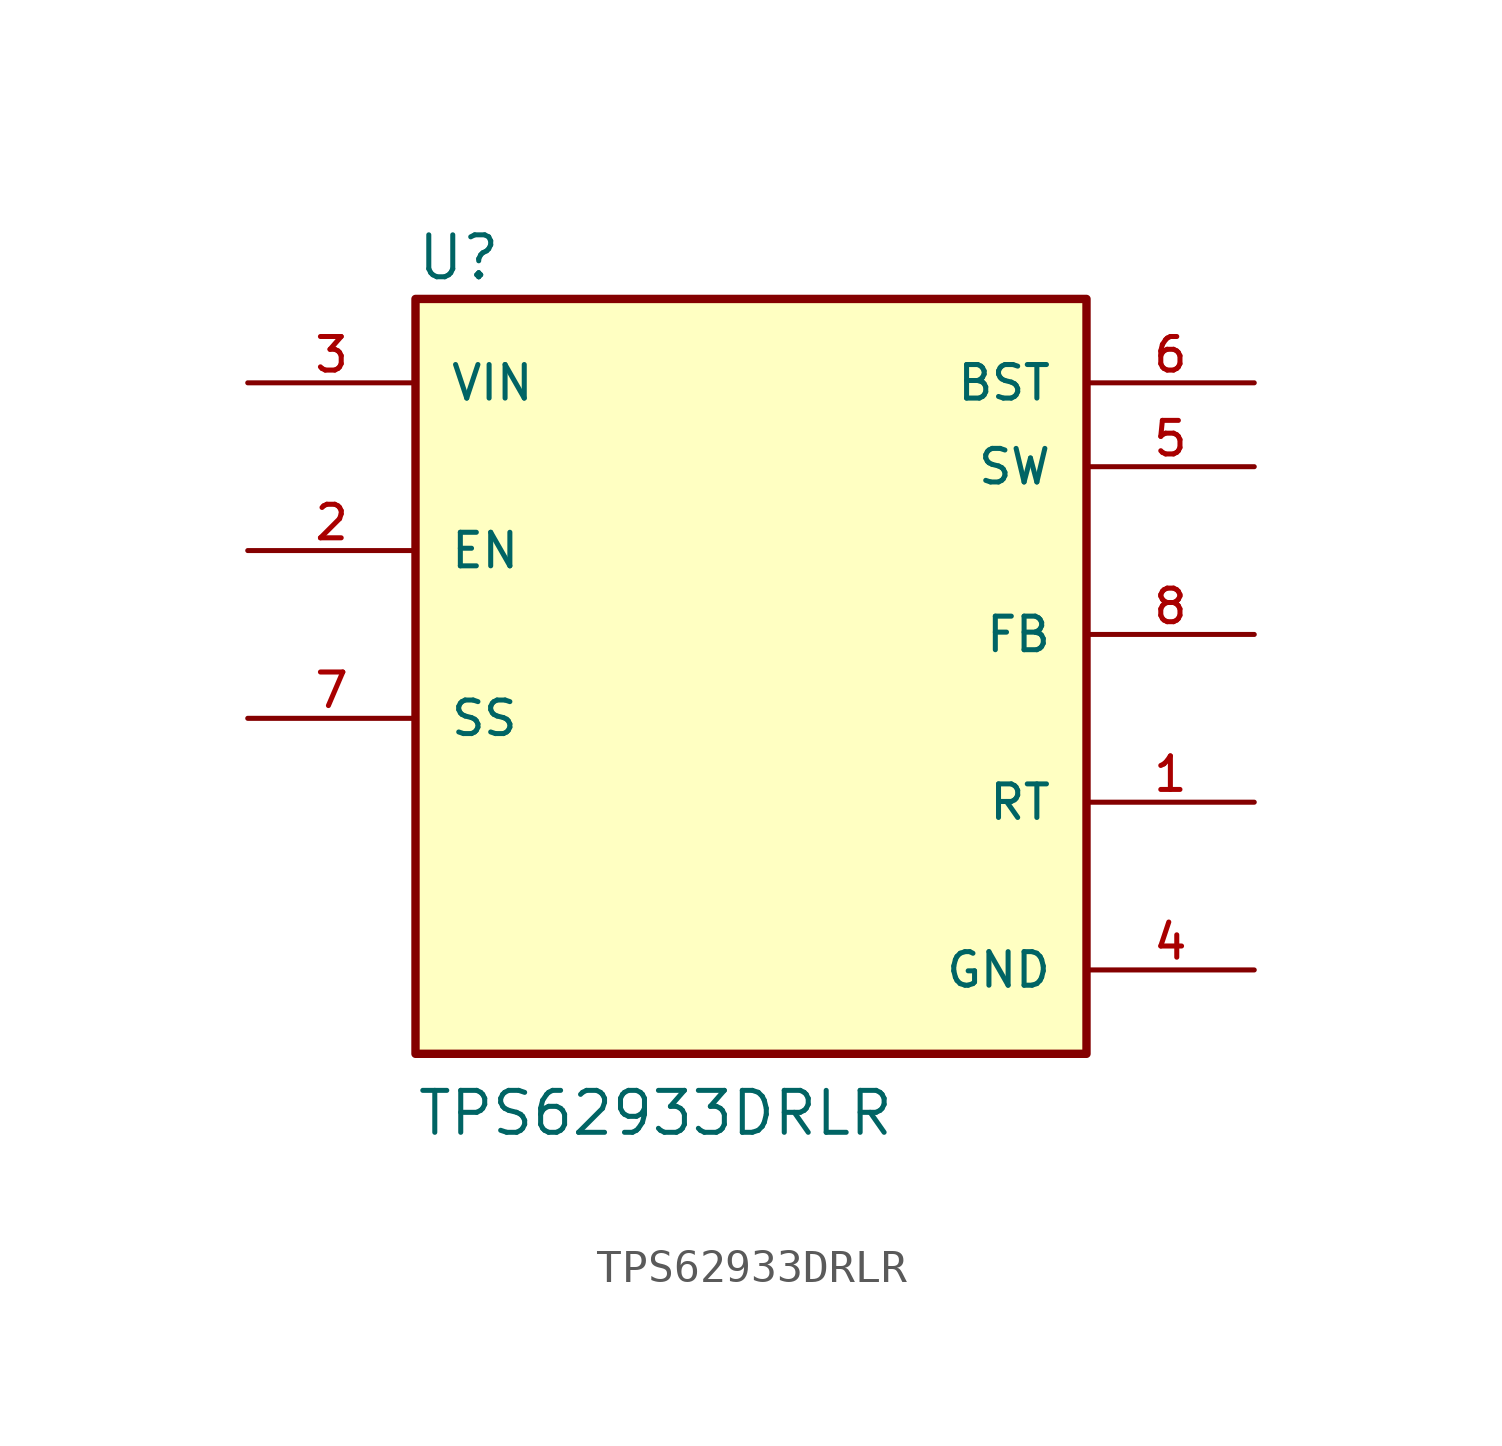
<source format=kicad_sym>
(kicad_symbol_lib
  (version 20231120)
  (generator "kicad_symbol_editor")
  (generator_version "8.0")
  (symbol "TPS62933DRLR"
    (pin_names
      (offset 1.016))
    (property "Reference" "U"
      (at -10.16 13.208 0)
      (effects (font (size 1.27 1.27)) (justify left bottom)))
    (property "Value" "TPS62933DRLR"
      (at -10.16 -12.7 0)
      (effects (font (size 1.27 1.27)) (justify left bottom)))
    (symbol "TPS62933DRLR_0_0"
      (rectangle (start -10.16 12.7) (end 10.16 -10.16) (stroke (width 0.254) (type default)) (fill (type background)))
      (pin input line (at 15.24 -2.54 180) (length 5.08) (name "RT" (effects (font (size 1.016 1.016)))) (number "1" (effects (font (size 1.016 1.016)))))
      (pin input line (at -15.24 5.08 0) (length 5.08) (name "EN" (effects (font (size 1.016 1.016)))) (number "2" (effects (font (size 1.016 1.016)))))
      (pin input line (at -15.24 10.16 0) (length 5.08) (name "VIN" (effects (font (size 1.016 1.016)))) (number "3" (effects (font (size 1.016 1.016)))))
      (pin power_in line (at 15.24 -7.62 180) (length 5.08) (name "GND" (effects (font (size 1.016 1.016)))) (number "4" (effects (font (size 1.016 1.016)))))
      (pin output line (at 15.24 7.62 180) (length 5.08) (name "SW" (effects (font (size 1.016 1.016)))) (number "5" (effects (font (size 1.016 1.016)))))
      (pin input line (at 15.24 10.16 180) (length 5.08) (name "BST" (effects (font (size 1.016 1.016)))) (number "6" (effects (font (size 1.016 1.016)))))
      (pin input line (at -15.24 0 0) (length 5.08) (name "SS" (effects (font (size 1.016 1.016)))) (number "7" (effects (font (size 1.016 1.016)))))
      (pin input line (at 15.24 2.54 180) (length 5.08) (name "FB" (effects (font (size 1.016 1.016)))) (number "8" (effects (font (size 1.016 1.016))))))))
</source>
